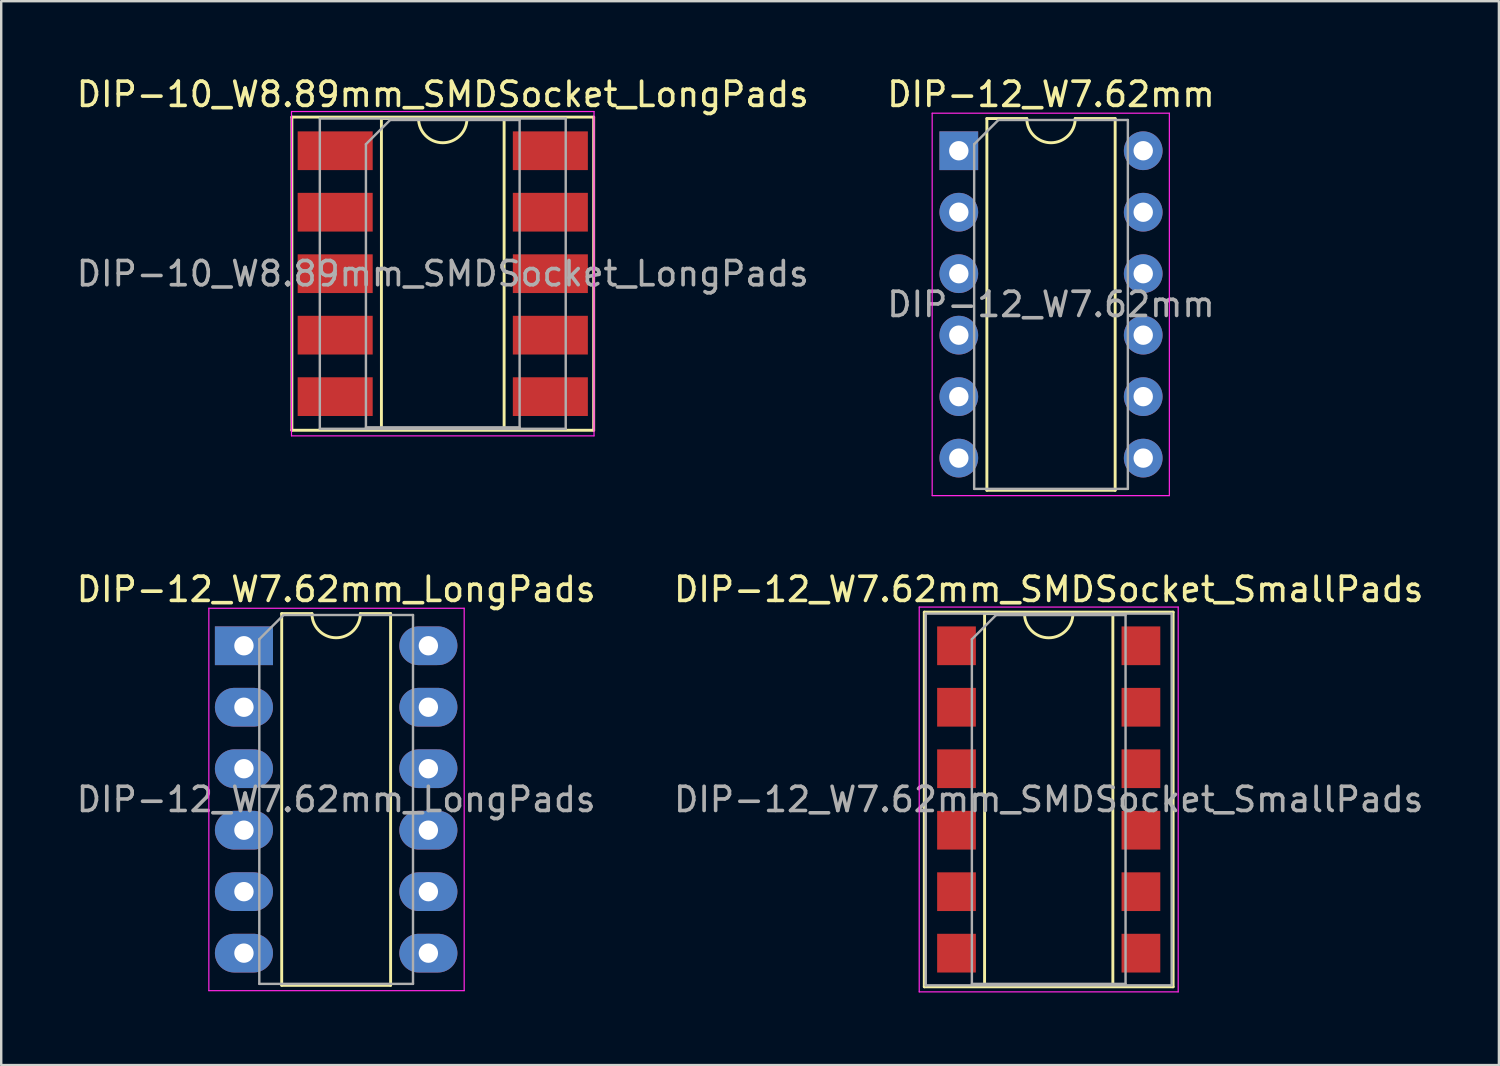
<source format=kicad_pcb>
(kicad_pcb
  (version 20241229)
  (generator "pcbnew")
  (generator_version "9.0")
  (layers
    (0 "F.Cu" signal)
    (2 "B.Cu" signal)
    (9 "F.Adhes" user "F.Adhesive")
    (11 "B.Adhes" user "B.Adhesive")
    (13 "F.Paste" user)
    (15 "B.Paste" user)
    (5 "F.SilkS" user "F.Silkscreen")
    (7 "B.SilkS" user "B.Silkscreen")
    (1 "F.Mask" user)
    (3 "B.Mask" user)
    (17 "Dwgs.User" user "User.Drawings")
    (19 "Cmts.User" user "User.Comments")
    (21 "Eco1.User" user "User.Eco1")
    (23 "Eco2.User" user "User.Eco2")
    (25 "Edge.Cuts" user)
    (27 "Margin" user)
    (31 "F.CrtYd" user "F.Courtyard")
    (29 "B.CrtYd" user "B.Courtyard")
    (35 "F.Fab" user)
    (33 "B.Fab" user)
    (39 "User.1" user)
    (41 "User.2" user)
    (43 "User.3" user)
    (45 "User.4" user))
  (footprint "DIP-10_W8.89mm_SMDSocket_LongPads"
    (layer "F.Cu")
    (at 15.244 8.258)
    (property "Reference" "DIP-10_W8.89mm_SMDSocket_LongPads" (at 0 -7.41 0) (layer "F.SilkS") (effects (font (size 1 1) (thickness 0.15))))
    (attr smd)
    (fp_line (start -6.235 -6.47) (end -6.235 6.47) (stroke (width 0.12) (type solid)) (layer "F.SilkS"))
    (fp_line (start -6.235 6.47) (end 6.235 6.47) (stroke (width 0.12) (type solid)) (layer "F.SilkS"))
    (fp_line (start -2.535 -6.41) (end -2.535 6.41) (stroke (width 0.12) (type solid)) (layer "F.SilkS"))
    (fp_line (start -2.535 6.41) (end 2.535 6.41) (stroke (width 0.12) (type solid)) (layer "F.SilkS"))
    (fp_line (start -1 -6.41) (end -2.535 -6.41) (stroke (width 0.12) (type solid)) (layer "F.SilkS"))
    (fp_line (start 2.535 -6.41) (end 1 -6.41) (stroke (width 0.12) (type solid)) (layer "F.SilkS"))
    (fp_line (start 2.535 6.41) (end 2.535 -6.41) (stroke (width 0.12) (type solid)) (layer "F.SilkS"))
    (fp_line (start 6.235 -6.47) (end -6.235 -6.47) (stroke (width 0.12) (type solid)) (layer "F.SilkS"))
    (fp_line (start 6.235 6.47) (end 6.235 -6.47) (stroke (width 0.12) (type solid)) (layer "F.SilkS"))
    (fp_arc (start 1 -6.41) (mid 0 -5.41) (end -1 -6.41) (stroke (width 0.12) (type solid)) (layer "F.SilkS"))
    (fp_line (start -6.25 -6.7) (end -6.25 6.7) (stroke (width 0.05) (type solid)) (layer "F.CrtYd"))
    (fp_line (start -6.25 6.7) (end 6.25 6.7) (stroke (width 0.05) (type solid)) (layer "F.CrtYd"))
    (fp_line (start 6.25 -6.7) (end -6.25 -6.7) (stroke (width 0.05) (type solid)) (layer "F.CrtYd"))
    (fp_line (start 6.25 6.7) (end 6.25 -6.7) (stroke (width 0.05) (type solid)) (layer "F.CrtYd"))
    (fp_line (start -5.08 -6.41) (end -5.08 6.41) (stroke (width 0.1) (type solid)) (layer "F.Fab"))
    (fp_line (start -5.08 6.41) (end 5.08 6.41) (stroke (width 0.1) (type solid)) (layer "F.Fab"))
    (fp_line (start -3.175 -5.35) (end -2.175 -6.35) (stroke (width 0.1) (type solid)) (layer "F.Fab"))
    (fp_line (start -3.175 6.35) (end -3.175 -5.35) (stroke (width 0.1) (type solid)) (layer "F.Fab"))
    (fp_line (start -2.175 -6.35) (end 3.175 -6.35) (stroke (width 0.1) (type solid)) (layer "F.Fab"))
    (fp_line (start 3.175 -6.35) (end 3.175 6.35) (stroke (width 0.1) (type solid)) (layer "F.Fab"))
    (fp_line (start 3.175 6.35) (end -3.175 6.35) (stroke (width 0.1) (type solid)) (layer "F.Fab"))
    (fp_line (start 5.08 -6.41) (end -5.08 -6.41) (stroke (width 0.1) (type solid)) (layer "F.Fab"))
    (fp_line (start 5.08 6.41) (end 5.08 -6.41) (stroke (width 0.1) (type solid)) (layer "F.Fab"))
    (fp_text user "${REFERENCE}" (at 0 0 0) (layer "F.Fab") (effects (font (size 1 1) (thickness 0.15))))
    (pad "1" smd rect (at -4.445 -5.08) (size 3.1 1.6) (layers "F.Cu" "F.Mask" "F.Paste"))
    (pad "2" smd rect (at -4.445 -2.54) (size 3.1 1.6) (layers "F.Cu" "F.Mask" "F.Paste"))
    (pad "3" smd rect (at -4.445 0) (size 3.1 1.6) (layers "F.Cu" "F.Mask" "F.Paste"))
    (pad "4" smd rect (at -4.445 2.54) (size 3.1 1.6) (layers "F.Cu" "F.Mask" "F.Paste"))
    (pad "5" smd rect (at -4.445 5.08) (size 3.1 1.6) (layers "F.Cu" "F.Mask" "F.Paste"))
    (pad "6" smd rect (at 4.445 5.08) (size 3.1 1.6) (layers "F.Cu" "F.Mask" "F.Paste"))
    (pad "7" smd rect (at 4.445 2.54) (size 3.1 1.6) (layers "F.Cu" "F.Mask" "F.Paste"))
    (pad "8" smd rect (at 4.445 0) (size 3.1 1.6) (layers "F.Cu" "F.Mask" "F.Paste"))
    (pad "9" smd rect (at 4.445 -2.54) (size 3.1 1.6) (layers "F.Cu" "F.Mask" "F.Paste"))
    (pad "10" smd rect (at 4.445 -5.08) (size 3.1 1.6) (layers "F.Cu" "F.Mask" "F.Paste")))
  (footprint "DIP-12_W7.62mm_LongPads"
    (layer "F.Cu")
    (at 7.029 23.631)
    (property "Reference" "DIP-12_W7.62mm_LongPads" (at 3.81 -2.33 0) (layer "F.SilkS") (effects (font (size 1 1) (thickness 0.15))))
    (attr through_hole)
    (fp_line (start 1.56 -1.33) (end 1.56 14.03) (stroke (width 0.12) (type solid)) (layer "F.SilkS"))
    (fp_line (start 1.56 14.03) (end 6.06 14.03) (stroke (width 0.12) (type solid)) (layer "F.SilkS"))
    (fp_line (start 2.81 -1.33) (end 1.56 -1.33) (stroke (width 0.12) (type solid)) (layer "F.SilkS"))
    (fp_line (start 6.06 -1.33) (end 4.81 -1.33) (stroke (width 0.12) (type solid)) (layer "F.SilkS"))
    (fp_line (start 6.06 14.03) (end 6.06 -1.33) (stroke (width 0.12) (type solid)) (layer "F.SilkS"))
    (fp_arc (start 4.81 -1.33) (mid 3.81 -0.33) (end 2.81 -1.33) (stroke (width 0.12) (type solid)) (layer "F.SilkS"))
    (fp_line (start -1.45 -1.55) (end -1.45 14.25) (stroke (width 0.05) (type solid)) (layer "F.CrtYd"))
    (fp_line (start -1.45 14.25) (end 9.1 14.25) (stroke (width 0.05) (type solid)) (layer "F.CrtYd"))
    (fp_line (start 9.1 -1.55) (end -1.45 -1.55) (stroke (width 0.05) (type solid)) (layer "F.CrtYd"))
    (fp_line (start 9.1 14.25) (end 9.1 -1.55) (stroke (width 0.05) (type solid)) (layer "F.CrtYd"))
    (fp_line (start 0.635 -0.27) (end 1.635 -1.27) (stroke (width 0.1) (type solid)) (layer "F.Fab"))
    (fp_line (start 0.635 13.97) (end 0.635 -0.27) (stroke (width 0.1) (type solid)) (layer "F.Fab"))
    (fp_line (start 1.635 -1.27) (end 6.985 -1.27) (stroke (width 0.1) (type solid)) (layer "F.Fab"))
    (fp_line (start 6.985 -1.27) (end 6.985 13.97) (stroke (width 0.1) (type solid)) (layer "F.Fab"))
    (fp_line (start 6.985 13.97) (end 0.635 13.97) (stroke (width 0.1) (type solid)) (layer "F.Fab"))
    (fp_text user "${REFERENCE}" (at 3.81 6.35 0) (layer "F.Fab") (effects (font (size 1 1) (thickness 0.15))))
    (pad "1" thru_hole rect (at 0 0) (size 2.4 1.6) (drill 0.8) (layers "*.Cu" "*.Mask"))
    (pad "2" thru_hole oval (at 0 2.54) (size 2.4 1.6) (drill 0.8) (layers "*.Cu" "*.Mask"))
    (pad "3" thru_hole oval (at 0 5.08) (size 2.4 1.6) (drill 0.8) (layers "*.Cu" "*.Mask"))
    (pad "4" thru_hole oval (at 0 7.62) (size 2.4 1.6) (drill 0.8) (layers "*.Cu" "*.Mask"))
    (pad "5" thru_hole oval (at 0 10.16) (size 2.4 1.6) (drill 0.8) (layers "*.Cu" "*.Mask"))
    (pad "6" thru_hole oval (at 0 12.7) (size 2.4 1.6) (drill 0.8) (layers "*.Cu" "*.Mask"))
    (pad "7" thru_hole oval (at 7.62 12.7) (size 2.4 1.6) (drill 0.8) (layers "*.Cu" "*.Mask"))
    (pad "8" thru_hole oval (at 7.62 10.16) (size 2.4 1.6) (drill 0.8) (layers "*.Cu" "*.Mask"))
    (pad "9" thru_hole oval (at 7.62 7.62) (size 2.4 1.6) (drill 0.8) (layers "*.Cu" "*.Mask"))
    (pad "10" thru_hole oval (at 7.62 5.08) (size 2.4 1.6) (drill 0.8) (layers "*.Cu" "*.Mask"))
    (pad "11" thru_hole oval (at 7.62 2.54) (size 2.4 1.6) (drill 0.8) (layers "*.Cu" "*.Mask"))
    (pad "12" thru_hole oval (at 7.62 0) (size 2.4 1.6) (drill 0.8) (layers "*.Cu" "*.Mask")))
  (footprint "DIP-12_W7.62mm"
    (layer "F.Cu")
    (at 36.565 3.178)
    (property "Reference" "DIP-12_W7.62mm" (at 3.81 -2.33 0) (layer "F.SilkS") (effects (font (size 1 1) (thickness 0.15))))
    (attr through_hole)
    (fp_line (start 1.16 -1.33) (end 1.16 14.03) (stroke (width 0.12) (type solid)) (layer "F.SilkS"))
    (fp_line (start 1.16 14.03) (end 6.46 14.03) (stroke (width 0.12) (type solid)) (layer "F.SilkS"))
    (fp_line (start 2.81 -1.33) (end 1.16 -1.33) (stroke (width 0.12) (type solid)) (layer "F.SilkS"))
    (fp_line (start 6.46 -1.33) (end 4.81 -1.33) (stroke (width 0.12) (type solid)) (layer "F.SilkS"))
    (fp_line (start 6.46 14.03) (end 6.46 -1.33) (stroke (width 0.12) (type solid)) (layer "F.SilkS"))
    (fp_arc (start 4.81 -1.33) (mid 3.81 -0.33) (end 2.81 -1.33) (stroke (width 0.12) (type solid)) (layer "F.SilkS"))
    (fp_line (start -1.1 -1.55) (end -1.1 14.25) (stroke (width 0.05) (type solid)) (layer "F.CrtYd"))
    (fp_line (start -1.1 14.25) (end 8.7 14.25) (stroke (width 0.05) (type solid)) (layer "F.CrtYd"))
    (fp_line (start 8.7 -1.55) (end -1.1 -1.55) (stroke (width 0.05) (type solid)) (layer "F.CrtYd"))
    (fp_line (start 8.7 14.25) (end 8.7 -1.55) (stroke (width 0.05) (type solid)) (layer "F.CrtYd"))
    (fp_line (start 0.635 -0.27) (end 1.635 -1.27) (stroke (width 0.1) (type solid)) (layer "F.Fab"))
    (fp_line (start 0.635 13.97) (end 0.635 -0.27) (stroke (width 0.1) (type solid)) (layer "F.Fab"))
    (fp_line (start 1.635 -1.27) (end 6.985 -1.27) (stroke (width 0.1) (type solid)) (layer "F.Fab"))
    (fp_line (start 6.985 -1.27) (end 6.985 13.97) (stroke (width 0.1) (type solid)) (layer "F.Fab"))
    (fp_line (start 6.985 13.97) (end 0.635 13.97) (stroke (width 0.1) (type solid)) (layer "F.Fab"))
    (fp_text user "${REFERENCE}" (at 3.81 6.35 0) (layer "F.Fab") (effects (font (size 1 1) (thickness 0.15))))
    (pad "1" thru_hole rect (at 0 0) (size 1.6 1.6) (drill 0.8) (layers "*.Cu" "*.Mask"))
    (pad "2" thru_hole oval (at 0 2.54) (size 1.6 1.6) (drill 0.8) (layers "*.Cu" "*.Mask"))
    (pad "3" thru_hole oval (at 0 5.08) (size 1.6 1.6) (drill 0.8) (layers "*.Cu" "*.Mask"))
    (pad "4" thru_hole oval (at 0 7.62) (size 1.6 1.6) (drill 0.8) (layers "*.Cu" "*.Mask"))
    (pad "5" thru_hole oval (at 0 10.16) (size 1.6 1.6) (drill 0.8) (layers "*.Cu" "*.Mask"))
    (pad "6" thru_hole oval (at 0 12.7) (size 1.6 1.6) (drill 0.8) (layers "*.Cu" "*.Mask"))
    (pad "7" thru_hole oval (at 7.62 12.7) (size 1.6 1.6) (drill 0.8) (layers "*.Cu" "*.Mask"))
    (pad "8" thru_hole oval (at 7.62 10.16) (size 1.6 1.6) (drill 0.8) (layers "*.Cu" "*.Mask"))
    (pad "9" thru_hole oval (at 7.62 7.62) (size 1.6 1.6) (drill 0.8) (layers "*.Cu" "*.Mask"))
    (pad "10" thru_hole oval (at 7.62 5.08) (size 1.6 1.6) (drill 0.8) (layers "*.Cu" "*.Mask"))
    (pad "11" thru_hole oval (at 7.62 2.54) (size 1.6 1.6) (drill 0.8) (layers "*.Cu" "*.Mask"))
    (pad "12" thru_hole oval (at 7.62 0) (size 1.6 1.6) (drill 0.8) (layers "*.Cu" "*.Mask")))
  (footprint "DIP-12_W7.62mm_SMDSocket_SmallPads"
    (layer "F.Cu")
    (at 40.28 29.982)
    (property "Reference" "DIP-12_W7.62mm_SMDSocket_SmallPads" (at 0 -8.68 0) (layer "F.SilkS") (effects (font (size 1 1) (thickness 0.15))))
    (attr smd)
    (fp_line (start -5.14 -7.74) (end -5.14 7.74) (stroke (width 0.12) (type solid)) (layer "F.SilkS"))
    (fp_line (start -5.14 7.74) (end 5.14 7.74) (stroke (width 0.12) (type solid)) (layer "F.SilkS"))
    (fp_line (start -2.65 -7.68) (end -2.65 7.68) (stroke (width 0.12) (type solid)) (layer "F.SilkS"))
    (fp_line (start -2.65 7.68) (end 2.65 7.68) (stroke (width 0.12) (type solid)) (layer "F.SilkS"))
    (fp_line (start -1 -7.68) (end -2.65 -7.68) (stroke (width 0.12) (type solid)) (layer "F.SilkS"))
    (fp_line (start 2.65 -7.68) (end 1 -7.68) (stroke (width 0.12) (type solid)) (layer "F.SilkS"))
    (fp_line (start 2.65 7.68) (end 2.65 -7.68) (stroke (width 0.12) (type solid)) (layer "F.SilkS"))
    (fp_line (start 5.14 -7.74) (end -5.14 -7.74) (stroke (width 0.12) (type solid)) (layer "F.SilkS"))
    (fp_line (start 5.14 7.74) (end 5.14 -7.74) (stroke (width 0.12) (type solid)) (layer "F.SilkS"))
    (fp_arc (start 1 -7.68) (mid 0 -6.68) (end -1 -7.68) (stroke (width 0.12) (type solid)) (layer "F.SilkS"))
    (fp_line (start -5.35 -7.95) (end -5.35 7.95) (stroke (width 0.05) (type solid)) (layer "F.CrtYd"))
    (fp_line (start -5.35 7.95) (end 5.35 7.95) (stroke (width 0.05) (type solid)) (layer "F.CrtYd"))
    (fp_line (start 5.35 -7.95) (end -5.35 -7.95) (stroke (width 0.05) (type solid)) (layer "F.CrtYd"))
    (fp_line (start 5.35 7.95) (end 5.35 -7.95) (stroke (width 0.05) (type solid)) (layer "F.CrtYd"))
    (fp_line (start -5.08 -7.68) (end -5.08 7.68) (stroke (width 0.1) (type solid)) (layer "F.Fab"))
    (fp_line (start -5.08 7.68) (end 5.08 7.68) (stroke (width 0.1) (type solid)) (layer "F.Fab"))
    (fp_line (start -3.175 -6.62) (end -2.175 -7.62) (stroke (width 0.1) (type solid)) (layer "F.Fab"))
    (fp_line (start -3.175 7.62) (end -3.175 -6.62) (stroke (width 0.1) (type solid)) (layer "F.Fab"))
    (fp_line (start -2.175 -7.62) (end 3.175 -7.62) (stroke (width 0.1) (type solid)) (layer "F.Fab"))
    (fp_line (start 3.175 -7.62) (end 3.175 7.62) (stroke (width 0.1) (type solid)) (layer "F.Fab"))
    (fp_line (start 3.175 7.62) (end -3.175 7.62) (stroke (width 0.1) (type solid)) (layer "F.Fab"))
    (fp_line (start 5.08 -7.68) (end -5.08 -7.68) (stroke (width 0.1) (type solid)) (layer "F.Fab"))
    (fp_line (start 5.08 7.68) (end 5.08 -7.68) (stroke (width 0.1) (type solid)) (layer "F.Fab"))
    (fp_text user "${REFERENCE}" (at 0 0 0) (layer "F.Fab") (effects (font (size 1 1) (thickness 0.15))))
    (pad "1" smd rect (at -3.81 -6.35) (size 1.6 1.6) (layers "F.Cu" "F.Mask" "F.Paste"))
    (pad "2" smd rect (at -3.81 -3.81) (size 1.6 1.6) (layers "F.Cu" "F.Mask" "F.Paste"))
    (pad "3" smd rect (at -3.81 -1.27) (size 1.6 1.6) (layers "F.Cu" "F.Mask" "F.Paste"))
    (pad "4" smd rect (at -3.81 1.27) (size 1.6 1.6) (layers "F.Cu" "F.Mask" "F.Paste"))
    (pad "5" smd rect (at -3.81 3.81) (size 1.6 1.6) (layers "F.Cu" "F.Mask" "F.Paste"))
    (pad "6" smd rect (at -3.81 6.35) (size 1.6 1.6) (layers "F.Cu" "F.Mask" "F.Paste"))
    (pad "7" smd rect (at 3.81 6.35) (size 1.6 1.6) (layers "F.Cu" "F.Mask" "F.Paste"))
    (pad "8" smd rect (at 3.81 3.81) (size 1.6 1.6) (layers "F.Cu" "F.Mask" "F.Paste"))
    (pad "9" smd rect (at 3.81 1.27) (size 1.6 1.6) (layers "F.Cu" "F.Mask" "F.Paste"))
    (pad "10" smd rect (at 3.81 -1.27) (size 1.6 1.6) (layers "F.Cu" "F.Mask" "F.Paste"))
    (pad "11" smd rect (at 3.81 -3.81) (size 1.6 1.6) (layers "F.Cu" "F.Mask" "F.Paste"))
    (pad "12" smd rect (at 3.81 -6.35) (size 1.6 1.6) (layers "F.Cu" "F.Mask" "F.Paste")))
  (gr_rect
    (start -3 -3)
    (end 58.881 40.956)
    (stroke (width 0.1) (type default))
    (fill no)
    (layer "Edge.Cuts")))
</source>
